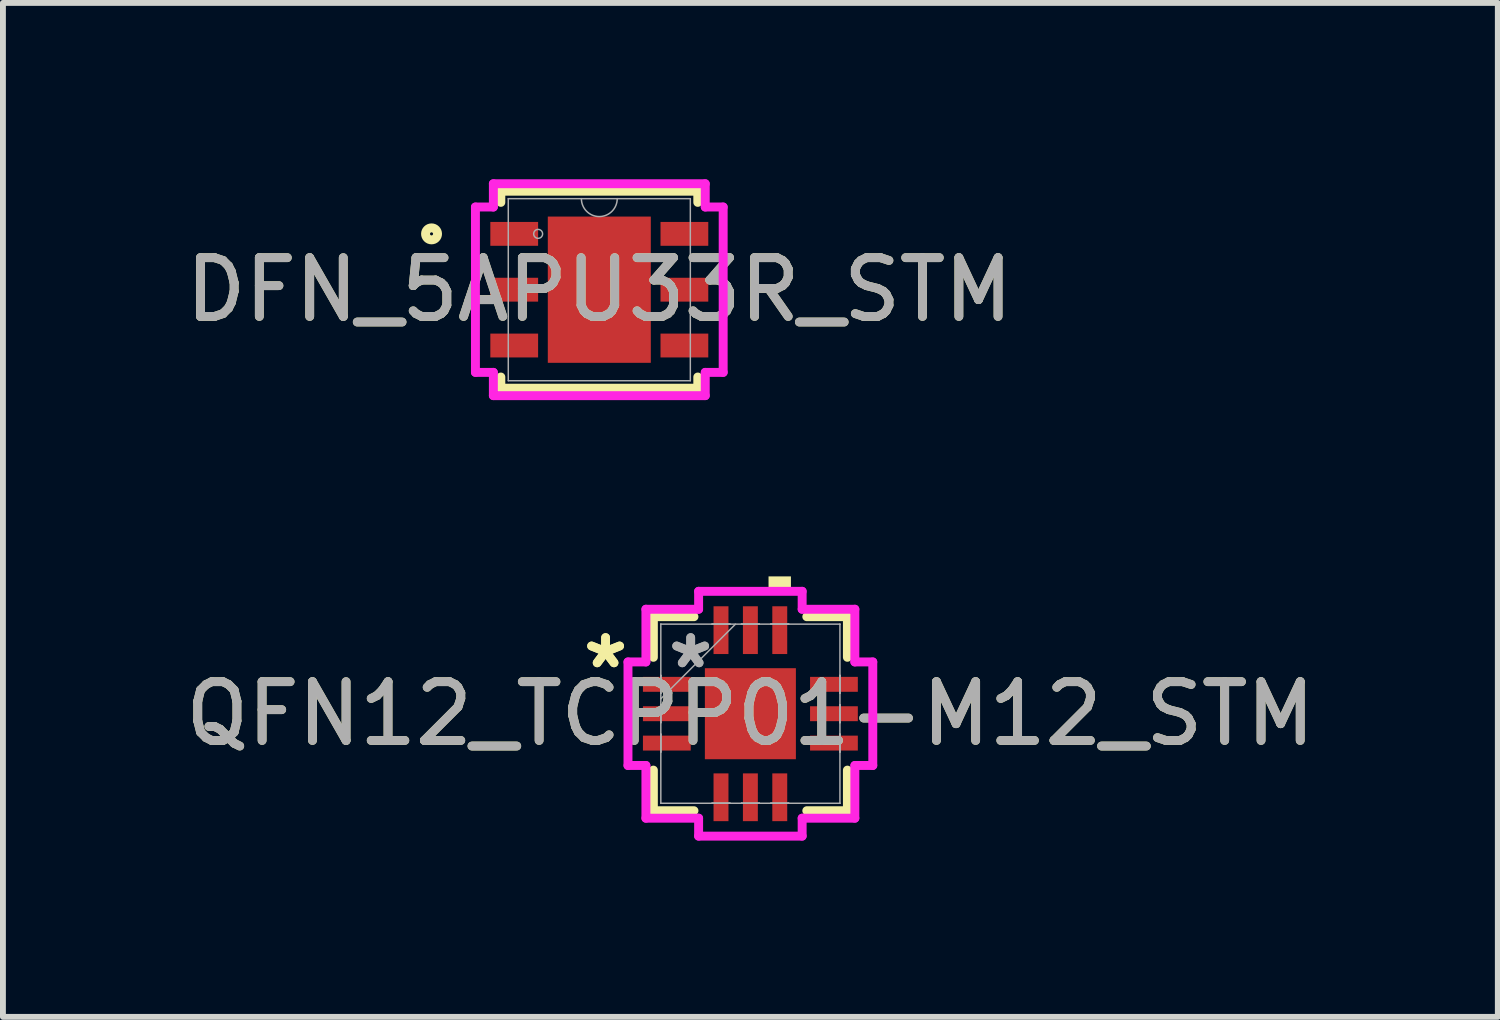
<source format=kicad_pcb>
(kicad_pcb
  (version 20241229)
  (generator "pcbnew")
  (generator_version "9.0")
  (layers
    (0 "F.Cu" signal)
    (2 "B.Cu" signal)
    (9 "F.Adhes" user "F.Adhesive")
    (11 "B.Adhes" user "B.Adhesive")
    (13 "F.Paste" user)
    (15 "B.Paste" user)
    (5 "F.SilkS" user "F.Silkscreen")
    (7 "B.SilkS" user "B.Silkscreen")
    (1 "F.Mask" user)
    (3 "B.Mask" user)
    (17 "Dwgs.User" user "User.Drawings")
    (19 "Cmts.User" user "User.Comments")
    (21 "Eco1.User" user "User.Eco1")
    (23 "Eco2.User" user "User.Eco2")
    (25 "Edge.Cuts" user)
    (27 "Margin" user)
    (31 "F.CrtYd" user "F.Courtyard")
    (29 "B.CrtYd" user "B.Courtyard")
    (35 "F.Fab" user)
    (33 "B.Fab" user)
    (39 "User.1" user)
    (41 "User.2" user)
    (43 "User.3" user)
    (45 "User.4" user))
  (footprint "DFN_5APU33R_STM"
    (layer "F.Cu")
    (at 7.149 1.88)
    (property "Reference" "DFN_5APU33R_STM" (at 0 0 0) (unlocked yes) (layer "F.SilkS") (effects (font (size 1 1) (thickness 0.15))))
    (attr smd)
    (fp_line (start -1.676 -1.676) (end -1.676 -1.486) (stroke (width 0.152) (type solid)) (layer "F.SilkS"))
    (fp_line (start -1.676 1.486) (end -1.676 1.676) (stroke (width 0.152) (type solid)) (layer "F.SilkS"))
    (fp_line (start -1.676 1.676) (end 1.676 1.676) (stroke (width 0.152) (type solid)) (layer "F.SilkS"))
    (fp_line (start 1.676 -1.676) (end -1.676 -1.676) (stroke (width 0.152) (type solid)) (layer "F.SilkS"))
    (fp_line (start 1.676 -1.486) (end 1.676 -1.676) (stroke (width 0.152) (type solid)) (layer "F.SilkS"))
    (fp_line (start 1.676 1.676) (end 1.676 1.486) (stroke (width 0.152) (type solid)) (layer "F.SilkS"))
    (fp_circle (center -2.855 -0.95) (end -2.753 -0.95) (stroke (width 0.152) (type solid)) (fill no) (layer "F.SilkS"))
    (fp_line (start -2.108 -1.407) (end -1.803 -1.407) (stroke (width 0.152) (type solid)) (layer "F.CrtYd"))
    (fp_line (start -2.108 1.407) (end -2.108 -1.407) (stroke (width 0.152) (type solid)) (layer "F.CrtYd"))
    (fp_line (start -2.108 1.407) (end -1.803 1.407) (stroke (width 0.152) (type solid)) (layer "F.CrtYd"))
    (fp_line (start -1.803 -1.803) (end 1.803 -1.803) (stroke (width 0.152) (type solid)) (layer "F.CrtYd"))
    (fp_line (start -1.803 -1.407) (end -1.803 -1.803) (stroke (width 0.152) (type solid)) (layer "F.CrtYd"))
    (fp_line (start -1.803 1.803) (end -1.803 1.407) (stroke (width 0.152) (type solid)) (layer "F.CrtYd"))
    (fp_line (start 1.803 -1.803) (end 1.803 -1.407) (stroke (width 0.152) (type solid)) (layer "F.CrtYd"))
    (fp_line (start 1.803 1.407) (end 1.803 1.803) (stroke (width 0.152) (type solid)) (layer "F.CrtYd"))
    (fp_line (start 1.803 1.803) (end -1.803 1.803) (stroke (width 0.152) (type solid)) (layer "F.CrtYd"))
    (fp_line (start 2.108 -1.407) (end 1.803 -1.407) (stroke (width 0.152) (type solid)) (layer "F.CrtYd"))
    (fp_line (start 2.108 -1.407) (end 2.108 1.407) (stroke (width 0.152) (type solid)) (layer "F.CrtYd"))
    (fp_line (start 2.108 1.407) (end 1.803 1.407) (stroke (width 0.152) (type solid)) (layer "F.CrtYd"))
    (fp_line (start -1.549 -1.549) (end -1.549 1.549) (stroke (width 0.025) (type solid)) (layer "F.Fab"))
    (fp_line (start -1.549 1.549) (end 1.549 1.549) (stroke (width 0.025) (type solid)) (layer "F.Fab"))
    (fp_line (start 1.549 -1.549) (end -1.549 -1.549) (stroke (width 0.025) (type solid)) (layer "F.Fab"))
    (fp_line (start 1.549 1.549) (end 1.549 -1.549) (stroke (width 0.025) (type solid)) (layer "F.Fab"))
    (fp_arc (start 0.3048 -1.5494) (mid 0 -1.2446) (end -0.3048 -1.5494) (stroke (width 0.0254) (type solid)) (layer "F.Fab"))
    (fp_circle (center -1.041 -0.95) (end -0.965 -0.95) (stroke (width 0.025) (type solid)) (fill no) (layer "F.Fab"))
    (fp_text user "${REFERENCE}" (at 0 0 0) (unlocked yes) (layer "F.Fab") (effects (font (size 1 1) (thickness 0.15))))
    (pad "1" smd rect (at -1.448 -0.95) (size 0.813 0.406) (layers "F.Cu" "F.Mask" "F.Paste"))
    (pad "2" smd rect (at -1.448 0) (size 0.813 0.406) (layers "F.Cu" "F.Mask" "F.Paste"))
    (pad "3" smd rect (at -1.448 0.95) (size 0.813 0.406) (layers "F.Cu" "F.Mask" "F.Paste"))
    (pad "4" smd rect (at 1.448 0.95) (size 0.813 0.406) (layers "F.Cu" "F.Mask" "F.Paste"))
    (pad "5" smd rect (at 1.448 0) (size 0.813 0.406) (layers "F.Cu" "F.Mask" "F.Paste"))
    (pad "6" smd rect (at 1.448 -0.95) (size 0.813 0.406) (layers "F.Cu" "F.Mask" "F.Paste"))
    (pad "7" smd rect (at 0 0) (size 1.753 2.489) (layers "F.Cu" "F.Mask" "F.Paste")))
  (footprint "QFN12_TCPP01-M12_STM"
    (layer "F.Cu")
    (at 9.72 9.096)
    (property "Reference" "QFN12_TCPP01-M12_STM" (at 0 0 0) (unlocked yes) (layer "F.SilkS") (effects (font (size 1 1) (thickness 0.15))))
    (attr smd)
    (fp_line (start -1.651 -1.651) (end -1.651 -0.96) (stroke (width 0.152) (type solid)) (layer "F.SilkS"))
    (fp_line (start -1.651 0.96) (end -1.651 1.651) (stroke (width 0.152) (type solid)) (layer "F.SilkS"))
    (fp_line (start -1.651 1.651) (end -0.96 1.651) (stroke (width 0.152) (type solid)) (layer "F.SilkS"))
    (fp_line (start -0.96 -1.651) (end -1.651 -1.651) (stroke (width 0.152) (type solid)) (layer "F.SilkS"))
    (fp_line (start 0.96 1.651) (end 1.651 1.651) (stroke (width 0.152) (type solid)) (layer "F.SilkS"))
    (fp_line (start 1.651 -1.651) (end 0.96 -1.651) (stroke (width 0.152) (type solid)) (layer "F.SilkS"))
    (fp_line (start 1.651 -0.96) (end 1.651 -1.651) (stroke (width 0.152) (type solid)) (layer "F.SilkS"))
    (fp_line (start 1.651 1.651) (end 1.651 0.96) (stroke (width 0.152) (type solid)) (layer "F.SilkS"))
    (fp_poly (pts (xy 0.309 -2.083) (xy 0.309 -2.337) (xy 0.69 -2.337) (xy 0.69 -2.083)) (stroke (width 0) (type solid)) (fill yes) (layer "F.SilkS"))
    (fp_line (start -2.083 -0.881) (end -1.778 -0.881) (stroke (width 0.152) (type solid)) (layer "F.CrtYd"))
    (fp_line (start -2.083 0.881) (end -2.083 -0.881) (stroke (width 0.152) (type solid)) (layer "F.CrtYd"))
    (fp_line (start -1.778 -1.778) (end -0.881 -1.778) (stroke (width 0.152) (type solid)) (layer "F.CrtYd"))
    (fp_line (start -1.778 -0.881) (end -1.778 -1.778) (stroke (width 0.152) (type solid)) (layer "F.CrtYd"))
    (fp_line (start -1.778 0.881) (end -2.083 0.881) (stroke (width 0.152) (type solid)) (layer "F.CrtYd"))
    (fp_line (start -1.778 1.778) (end -1.778 0.881) (stroke (width 0.152) (type solid)) (layer "F.CrtYd"))
    (fp_line (start -0.881 -2.083) (end 0.881 -2.083) (stroke (width 0.152) (type solid)) (layer "F.CrtYd"))
    (fp_line (start -0.881 -1.778) (end -0.881 -2.083) (stroke (width 0.152) (type solid)) (layer "F.CrtYd"))
    (fp_line (start -0.881 1.778) (end -1.778 1.778) (stroke (width 0.152) (type solid)) (layer "F.CrtYd"))
    (fp_line (start -0.881 2.083) (end -0.881 1.778) (stroke (width 0.152) (type solid)) (layer "F.CrtYd"))
    (fp_line (start 0.881 -2.083) (end 0.881 -1.778) (stroke (width 0.152) (type solid)) (layer "F.CrtYd"))
    (fp_line (start 0.881 -1.778) (end 1.778 -1.778) (stroke (width 0.152) (type solid)) (layer "F.CrtYd"))
    (fp_line (start 0.881 1.778) (end 0.881 2.083) (stroke (width 0.152) (type solid)) (layer "F.CrtYd"))
    (fp_line (start 0.881 2.083) (end -0.881 2.083) (stroke (width 0.152) (type solid)) (layer "F.CrtYd"))
    (fp_line (start 1.778 -1.778) (end 1.778 -0.881) (stroke (width 0.152) (type solid)) (layer "F.CrtYd"))
    (fp_line (start 1.778 -0.881) (end 2.083 -0.881) (stroke (width 0.152) (type solid)) (layer "F.CrtYd"))
    (fp_line (start 1.778 0.881) (end 1.778 1.778) (stroke (width 0.152) (type solid)) (layer "F.CrtYd"))
    (fp_line (start 1.778 1.778) (end 0.881 1.778) (stroke (width 0.152) (type solid)) (layer "F.CrtYd"))
    (fp_line (start 2.083 -0.881) (end 2.083 0.881) (stroke (width 0.152) (type solid)) (layer "F.CrtYd"))
    (fp_line (start 2.083 0.881) (end 1.778 0.881) (stroke (width 0.152) (type solid)) (layer "F.CrtYd"))
    (fp_line (start -1.524 -1.524) (end -1.524 -1.524) (stroke (width 0.025) (type solid)) (layer "F.Fab"))
    (fp_line (start -1.524 -1.524) (end -1.524 1.524) (stroke (width 0.025) (type solid)) (layer "F.Fab"))
    (fp_line (start -1.524 -0.652) (end -1.524 -0.652) (stroke (width 0.025) (type solid)) (layer "F.Fab"))
    (fp_line (start -1.524 -0.652) (end -1.524 -0.348) (stroke (width 0.025) (type solid)) (layer "F.Fab"))
    (fp_line (start -1.524 -0.348) (end -1.524 -0.652) (stroke (width 0.025) (type solid)) (layer "F.Fab"))
    (fp_line (start -1.524 -0.348) (end -1.524 -0.348) (stroke (width 0.025) (type solid)) (layer "F.Fab"))
    (fp_line (start -1.524 -0.254) (end -0.254 -1.524) (stroke (width 0.025) (type solid)) (layer "F.Fab"))
    (fp_line (start -1.524 -0.152) (end -1.524 -0.152) (stroke (width 0.025) (type solid)) (layer "F.Fab"))
    (fp_line (start -1.524 -0.152) (end -1.524 0.152) (stroke (width 0.025) (type solid)) (layer "F.Fab"))
    (fp_line (start -1.524 0.152) (end -1.524 -0.152) (stroke (width 0.025) (type solid)) (layer "F.Fab"))
    (fp_line (start -1.524 0.152) (end -1.524 0.152) (stroke (width 0.025) (type solid)) (layer "F.Fab"))
    (fp_line (start -1.524 0.348) (end -1.524 0.348) (stroke (width 0.025) (type solid)) (layer "F.Fab"))
    (fp_line (start -1.524 0.348) (end -1.524 0.652) (stroke (width 0.025) (type solid)) (layer "F.Fab"))
    (fp_line (start -1.524 0.652) (end -1.524 0.348) (stroke (width 0.025) (type solid)) (layer "F.Fab"))
    (fp_line (start -1.524 0.652) (end -1.524 0.652) (stroke (width 0.025) (type solid)) (layer "F.Fab"))
    (fp_line (start -1.524 1.524) (end -1.524 1.524) (stroke (width 0.025) (type solid)) (layer "F.Fab"))
    (fp_line (start -1.524 1.524) (end 1.524 1.524) (stroke (width 0.025) (type solid)) (layer "F.Fab"))
    (fp_line (start -0.652 -1.524) (end -0.652 -1.524) (stroke (width 0.025) (type solid)) (layer "F.Fab"))
    (fp_line (start -0.652 -1.524) (end -0.348 -1.524) (stroke (width 0.025) (type solid)) (layer "F.Fab"))
    (fp_line (start -0.652 1.524) (end -0.652 1.524) (stroke (width 0.025) (type solid)) (layer "F.Fab"))
    (fp_line (start -0.652 1.524) (end -0.348 1.524) (stroke (width 0.025) (type solid)) (layer "F.Fab"))
    (fp_line (start -0.348 -1.524) (end -0.652 -1.524) (stroke (width 0.025) (type solid)) (layer "F.Fab"))
    (fp_line (start -0.348 -1.524) (end -0.348 -1.524) (stroke (width 0.025) (type solid)) (layer "F.Fab"))
    (fp_line (start -0.348 1.524) (end -0.652 1.524) (stroke (width 0.025) (type solid)) (layer "F.Fab"))
    (fp_line (start -0.348 1.524) (end -0.348 1.524) (stroke (width 0.025) (type solid)) (layer "F.Fab"))
    (fp_line (start -0.152 -1.524) (end -0.152 -1.524) (stroke (width 0.025) (type solid)) (layer "F.Fab"))
    (fp_line (start -0.152 -1.524) (end 0.152 -1.524) (stroke (width 0.025) (type solid)) (layer "F.Fab"))
    (fp_line (start -0.152 1.524) (end -0.152 1.524) (stroke (width 0.025) (type solid)) (layer "F.Fab"))
    (fp_line (start -0.152 1.524) (end 0.152 1.524) (stroke (width 0.025) (type solid)) (layer "F.Fab"))
    (fp_line (start 0.152 -1.524) (end -0.152 -1.524) (stroke (width 0.025) (type solid)) (layer "F.Fab"))
    (fp_line (start 0.152 -1.524) (end 0.152 -1.524) (stroke (width 0.025) (type solid)) (layer "F.Fab"))
    (fp_line (start 0.152 1.524) (end -0.152 1.524) (stroke (width 0.025) (type solid)) (layer "F.Fab"))
    (fp_line (start 0.152 1.524) (end 0.152 1.524) (stroke (width 0.025) (type solid)) (layer "F.Fab"))
    (fp_line (start 0.348 -1.524) (end 0.348 -1.524) (stroke (width 0.025) (type solid)) (layer "F.Fab"))
    (fp_line (start 0.348 -1.524) (end 0.652 -1.524) (stroke (width 0.025) (type solid)) (layer "F.Fab"))
    (fp_line (start 0.348 1.524) (end 0.348 1.524) (stroke (width 0.025) (type solid)) (layer "F.Fab"))
    (fp_line (start 0.348 1.524) (end 0.652 1.524) (stroke (width 0.025) (type solid)) (layer "F.Fab"))
    (fp_line (start 0.652 -1.524) (end 0.348 -1.524) (stroke (width 0.025) (type solid)) (layer "F.Fab"))
    (fp_line (start 0.652 -1.524) (end 0.652 -1.524) (stroke (width 0.025) (type solid)) (layer "F.Fab"))
    (fp_line (start 0.652 1.524) (end 0.348 1.524) (stroke (width 0.025) (type solid)) (layer "F.Fab"))
    (fp_line (start 0.652 1.524) (end 0.652 1.524) (stroke (width 0.025) (type solid)) (layer "F.Fab"))
    (fp_line (start 1.524 -1.524) (end -1.524 -1.524) (stroke (width 0.025) (type solid)) (layer "F.Fab"))
    (fp_line (start 1.524 -1.524) (end 1.524 -1.524) (stroke (width 0.025) (type solid)) (layer "F.Fab"))
    (fp_line (start 1.524 -0.652) (end 1.524 -0.652) (stroke (width 0.025) (type solid)) (layer "F.Fab"))
    (fp_line (start 1.524 -0.652) (end 1.524 -0.348) (stroke (width 0.025) (type solid)) (layer "F.Fab"))
    (fp_line (start 1.524 -0.348) (end 1.524 -0.652) (stroke (width 0.025) (type solid)) (layer "F.Fab"))
    (fp_line (start 1.524 -0.348) (end 1.524 -0.348) (stroke (width 0.025) (type solid)) (layer "F.Fab"))
    (fp_line (start 1.524 -0.152) (end 1.524 -0.152) (stroke (width 0.025) (type solid)) (layer "F.Fab"))
    (fp_line (start 1.524 -0.152) (end 1.524 0.152) (stroke (width 0.025) (type solid)) (layer "F.Fab"))
    (fp_line (start 1.524 0.152) (end 1.524 -0.152) (stroke (width 0.025) (type solid)) (layer "F.Fab"))
    (fp_line (start 1.524 0.152) (end 1.524 0.152) (stroke (width 0.025) (type solid)) (layer "F.Fab"))
    (fp_line (start 1.524 0.348) (end 1.524 0.348) (stroke (width 0.025) (type solid)) (layer "F.Fab"))
    (fp_line (start 1.524 0.348) (end 1.524 0.652) (stroke (width 0.025) (type solid)) (layer "F.Fab"))
    (fp_line (start 1.524 0.652) (end 1.524 0.348) (stroke (width 0.025) (type solid)) (layer "F.Fab"))
    (fp_line (start 1.524 0.652) (end 1.524 0.652) (stroke (width 0.025) (type solid)) (layer "F.Fab"))
    (fp_line (start 1.524 1.524) (end 1.524 -1.524) (stroke (width 0.025) (type solid)) (layer "F.Fab"))
    (fp_line (start 1.524 1.524) (end 1.524 1.524) (stroke (width 0.025) (type solid)) (layer "F.Fab"))
    (fp_text user "*" (at -2.464 -0.75 0) (layer "F.SilkS") (effects (font (size 1 1) (thickness 0.15))))
    (fp_text user "*" (at -2.464 -0.75 0) (unlocked yes) (layer "F.SilkS") (effects (font (size 1 1) (thickness 0.15))))
    (fp_text user "*" (at -1.016 -0.75 0) (layer "F.Fab") (effects (font (size 1 1) (thickness 0.15))))
    (fp_text user "*" (at -1.016 -0.75 0) (unlocked yes) (layer "F.Fab") (effects (font (size 1 1) (thickness 0.15))))
    (fp_text user "${REFERENCE}" (at 0 0 0) (unlocked yes) (layer "F.Fab") (effects (font (size 1 1) (thickness 0.15))))
    (pad "1" smd rect (at -1.422 -0.5 90) (size 0.254 0.813) (layers "F.Cu" "F.Mask" "F.Paste"))
    (pad "2" smd rect (at -1.422 0 90) (size 0.254 0.813) (layers "F.Cu" "F.Mask" "F.Paste"))
    (pad "3" smd rect (at -1.422 0.5 90) (size 0.254 0.813) (layers "F.Cu" "F.Mask" "F.Paste"))
    (pad "4" smd rect (at -0.5 1.422) (size 0.254 0.813) (layers "F.Cu" "F.Mask" "F.Paste"))
    (pad "5" smd rect (at 0 1.422) (size 0.254 0.813) (layers "F.Cu" "F.Mask" "F.Paste"))
    (pad "6" smd rect (at 0.5 1.422) (size 0.254 0.813) (layers "F.Cu" "F.Mask" "F.Paste"))
    (pad "7" smd rect (at 1.422 0.5 90) (size 0.254 0.813) (layers "F.Cu" "F.Mask" "F.Paste"))
    (pad "8" smd rect (at 1.422 0 90) (size 0.254 0.813) (layers "F.Cu" "F.Mask" "F.Paste"))
    (pad "9" smd rect (at 1.422 -0.5 90) (size 0.254 0.813) (layers "F.Cu" "F.Mask" "F.Paste"))
    (pad "10" smd rect (at 0.5 -1.422) (size 0.254 0.813) (layers "F.Cu" "F.Mask" "F.Paste"))
    (pad "11" smd rect (at 0 -1.422) (size 0.254 0.813) (layers "F.Cu" "F.Mask" "F.Paste"))
    (pad "12" smd rect (at -0.5 -1.422) (size 0.254 0.813) (layers "F.Cu" "F.Mask" "F.Paste"))
    (pad "13" smd rect (at 0 0) (size 1.549 1.549) (layers "F.Cu" "F.Mask" "F.Paste")))
  (gr_rect
    (start -3 -3)
    (end 22.44 14.255)
    (stroke (width 0.1) (type default))
    (fill no)
    (layer "Edge.Cuts")))
</source>
